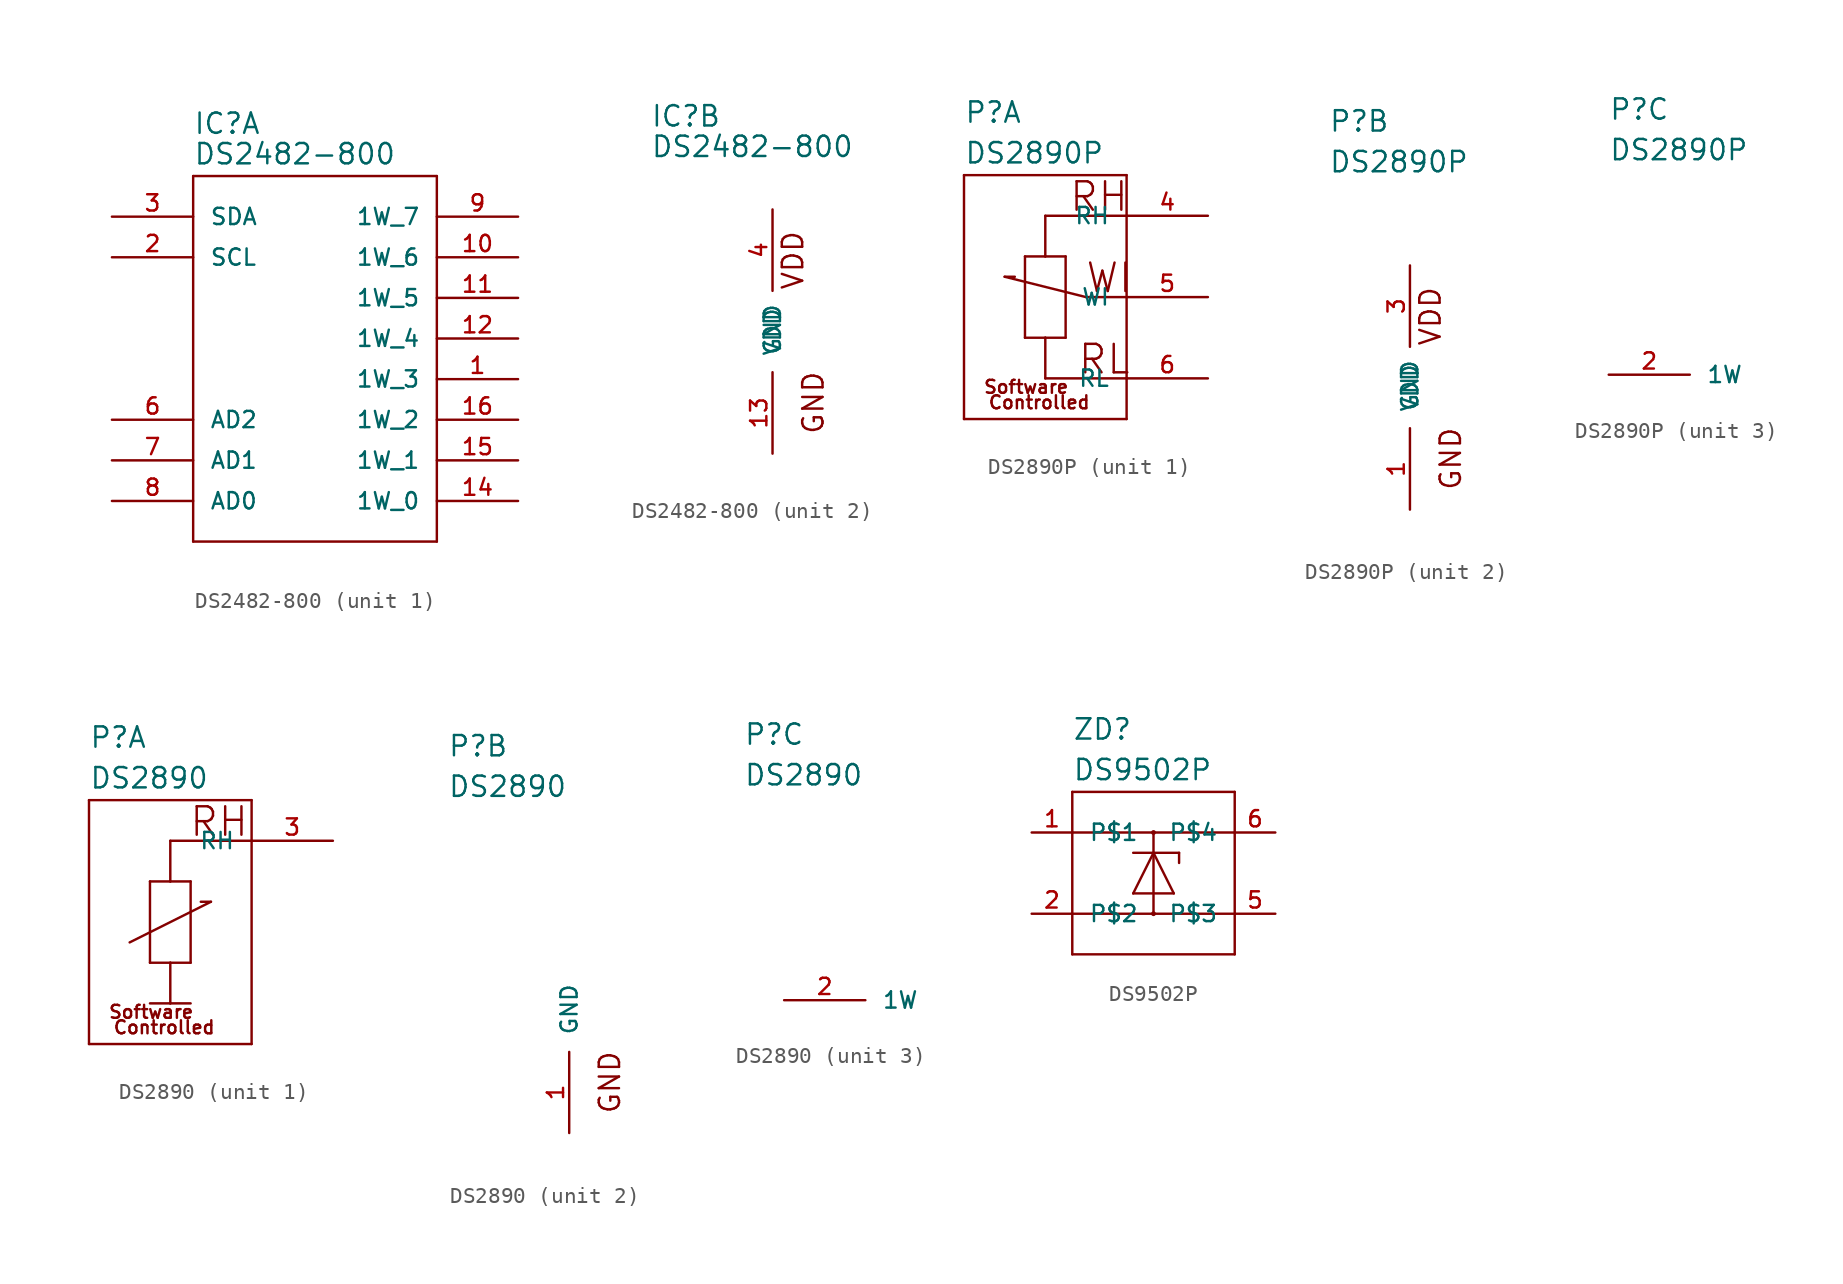
<source format=kicad_sym>
(kicad_symbol_lib
  (version 20220126)
  (generator kicad_symbol_editor)
  (symbol "DS2482-800"
    (pin_names
      (offset 1.016))
    (property "Reference" "IC"
      (at -7.62 12.7 0)
      (effects (font (size 1.27 1.27)) (justify left bottom)))
    (property "Value" "DS2482-800"
      (at -7.62 10.795 0)
      (effects (font (size 1.27 1.27)) (justify left bottom)))
    (property "ki_locked" ""
      (at 0 0 0)
      (effects (font (size 1.27 1.27))))
    (symbol "DS2482-800_1_0"
      (polyline (pts (xy -7.62 -12.7) (xy 7.62 -12.7)) (stroke (width 0) (type default)) (fill (type none)))
      (polyline (pts (xy -7.62 10.16) (xy -7.62 -12.7)) (stroke (width 0) (type default)) (fill (type none)))
      (polyline (pts (xy 7.62 -12.7) (xy 7.62 10.16)) (stroke (width 0) (type default)) (fill (type none)))
      (polyline (pts (xy 7.62 10.16) (xy -7.62 10.16)) (stroke (width 0) (type default)) (fill (type none))))
    (symbol "DS2482-800_1_1"
      (pin open_collector line (at 12.7 -2.54 180) (length 5.08) (name "1W_3" (effects (font (size 1.016 1.016)))) (number "1" (effects (font (size 1.016 1.016)))))
      (pin open_collector line (at 12.7 5.08 180) (length 5.08) (name "1W_6" (effects (font (size 1.016 1.016)))) (number "10" (effects (font (size 1.016 1.016)))))
      (pin open_collector line (at 12.7 2.54 180) (length 5.08) (name "1W_5" (effects (font (size 1.016 1.016)))) (number "11" (effects (font (size 1.016 1.016)))))
      (pin open_collector line (at 12.7 0 180) (length 5.08) (name "1W_4" (effects (font (size 1.016 1.016)))) (number "12" (effects (font (size 1.016 1.016)))))
      (pin open_collector line (at 12.7 -10.16 180) (length 5.08) (name "1W_0" (effects (font (size 1.016 1.016)))) (number "14" (effects (font (size 1.016 1.016)))))
      (pin open_collector line (at 12.7 -7.62 180) (length 5.08) (name "1W_1" (effects (font (size 1.016 1.016)))) (number "15" (effects (font (size 1.016 1.016)))))
      (pin open_collector line (at 12.7 -5.08 180) (length 5.08) (name "1W_2" (effects (font (size 1.016 1.016)))) (number "16" (effects (font (size 1.016 1.016)))))
      (pin input line (at -12.7 5.08 0) (length 5.08) (name "SCL" (effects (font (size 1.016 1.016)))) (number "2" (effects (font (size 1.016 1.016)))))
      (pin bidirectional line (at -12.7 7.62 0) (length 5.08) (name "SDA" (effects (font (size 1.016 1.016)))) (number "3" (effects (font (size 1.016 1.016)))))
      (pin input line (at -12.7 -5.08 0) (length 5.08) (name "AD2" (effects (font (size 1.016 1.016)))) (number "6" (effects (font (size 1.016 1.016)))))
      (pin input line (at -12.7 -7.62 0) (length 5.08) (name "AD1" (effects (font (size 1.016 1.016)))) (number "7" (effects (font (size 1.016 1.016)))))
      (pin input line (at -12.7 -10.16 0) (length 5.08) (name "AD0" (effects (font (size 1.016 1.016)))) (number "8" (effects (font (size 1.016 1.016)))))
      (pin open_collector line (at 12.7 7.62 180) (length 5.08) (name "1W_7" (effects (font (size 1.016 1.016)))) (number "9" (effects (font (size 1.016 1.016))))))
    (symbol "DS2482-800_2_0"
      (text "GND" (at 2.54 -4.445 1) (effects (font (size 1.27 1.27))))
      (text "VDD" (at 1.27 4.445 1) (effects (font (size 1.27 1.27)))))
    (symbol "DS2482-800_2_1"
      (pin power_in line (at 0 -7.62 90) (length 5.08) (name "GND" (effects (font (size 1.016 1.016)))) (number "13" (effects (font (size 1.016 1.016)))))
      (pin power_in line (at 0 7.62 270) (length 5.08) (name "VDD" (effects (font (size 1.016 1.016)))) (number "4" (effects (font (size 1.016 1.016)))))))
  (symbol "DS2890P"
    (pin_names
      (offset 1.016))
    (property "Reference" "P"
      (at -5.08 15.875 0)
      (effects (font (size 1.27 1.27)) (justify left bottom)))
    (property "Value" "DS2890P"
      (at -5.08 13.335 0)
      (effects (font (size 1.27 1.27)) (justify left bottom)))
    (property "ki_locked" ""
      (at 0 0 0)
      (effects (font (size 1.27 1.27))))
    (symbol "DS2890P_1_0"
      (polyline (pts (xy -5.08 -2.54) (xy -5.08 12.7)) (stroke (width 0) (type default)) (fill (type none)))
      (polyline (pts (xy -5.08 12.7) (xy 5.08 12.7)) (stroke (width 0) (type default)) (fill (type none)))
      (polyline (pts (xy -2.54 6.35) (xy -1.905 6.35)) (stroke (width 0) (type default)) (fill (type none)))
      (polyline (pts (xy -1.27 2.54) (xy 0 2.54)) (stroke (width 0) (type default)) (fill (type none)))
      (polyline (pts (xy -1.27 7.62) (xy -1.27 2.54)) (stroke (width 0) (type default)) (fill (type none)))
      (polyline (pts (xy 0 0) (xy 0 2.54)) (stroke (width 0) (type default)) (fill (type none)))
      (polyline (pts (xy 0 2.54) (xy 1.27 2.54)) (stroke (width 0) (type default)) (fill (type none)))
      (polyline (pts (xy 0 7.62) (xy -1.27 7.62)) (stroke (width 0) (type default)) (fill (type none)))
      (polyline (pts (xy 0 7.62) (xy 0 10.16)) (stroke (width 0) (type default)) (fill (type none)))
      (polyline (pts (xy 0 10.16) (xy 5.08 10.16)) (stroke (width 0) (type default)) (fill (type none)))
      (polyline (pts (xy 1.27 2.54) (xy 1.27 7.62)) (stroke (width 0) (type default)) (fill (type none)))
      (polyline (pts (xy 1.27 7.62) (xy 0 7.62)) (stroke (width 0) (type default)) (fill (type none)))
      (polyline (pts (xy 2.54 5.08) (xy -2.54 6.35)) (stroke (width 0) (type default)) (fill (type none)))
      (polyline (pts (xy 5.08 -2.54) (xy -5.08 -2.54)) (stroke (width 0) (type default)) (fill (type none)))
      (polyline (pts (xy 5.08 0) (xy 0 0)) (stroke (width 0) (type default)) (fill (type none)))
      (polyline (pts (xy 5.08 0) (xy 5.08 -2.54)) (stroke (width 0) (type default)) (fill (type none)))
      (polyline (pts (xy 5.08 5.08) (xy 2.54 5.08)) (stroke (width 0) (type default)) (fill (type none)))
      (polyline (pts (xy 5.08 5.08) (xy 5.08 0)) (stroke (width 0) (type default)) (fill (type none)))
      (polyline (pts (xy 5.08 10.16) (xy 5.08 5.08)) (stroke (width 0) (type default)) (fill (type none)))
      (polyline (pts (xy 5.08 12.7) (xy 5.08 10.16)) (stroke (width 0) (type default)) (fill (type none)))
      (text "Controlled" (at -0.381 -1.499 0) (effects (font (size 0.813 0.813))))
      (text "RH" (at 3.353 11.354 0) (effects (font (size 1.778 1.778))))
      (text "RL" (at 3.683 1.194 0) (effects (font (size 1.778 1.778))))
      (text "Software" (at -1.194 -0.533 0) (effects (font (size 0.813 0.813))))
      (text "WI" (at 3.988 6.274 0) (effects (font (size 1.778 1.778)))))
    (symbol "DS2890P_1_1"
      (pin passive line (at 10.16 10.16 180) (length 5.08) (name "RH" (effects (font (size 1.016 1.016)))) (number "4" (effects (font (size 1.016 1.016)))))
      (pin passive line (at 10.16 5.08 180) (length 5.08) (name "WI" (effects (font (size 1.016 1.016)))) (number "5" (effects (font (size 1.016 1.016)))))
      (pin passive line (at 10.16 0 180) (length 5.08) (name "RL" (effects (font (size 1.016 1.016)))) (number "6" (effects (font (size 1.016 1.016))))))
    (symbol "DS2890P_2_0"
      (text "GND" (at 2.54 -4.445 1) (effects (font (size 1.27 1.27))))
      (text "VDD" (at 1.27 4.445 1) (effects (font (size 1.27 1.27)))))
    (symbol "DS2890P_2_1"
      (pin power_in line (at 0 -7.62 90) (length 5.08) (name "GND" (effects (font (size 1.016 1.016)))) (number "1" (effects (font (size 1.016 1.016)))))
      (pin power_in line (at 0 7.62 270) (length 5.08) (name "VDD" (effects (font (size 1.016 1.016)))) (number "3" (effects (font (size 1.016 1.016))))))
    (symbol "DS2890P_3_1"
      (pin power_in line (at -5.08 0 0) (length 5.08) (name "1W" (effects (font (size 1.016 1.016)))) (number "2" (effects (font (size 1.016 1.016)))))))
  (symbol "DS2890"
    (pin_names
      (offset 1.016))
    (property "Reference" "P"
      (at -7.62 15.875 0)
      (effects (font (size 1.27 1.27)) (justify left bottom)))
    (property "Value" "DS2890"
      (at -7.62 13.335 0)
      (effects (font (size 1.27 1.27)) (justify left bottom)))
    (property "ki_locked" ""
      (at 0 0 0)
      (effects (font (size 1.27 1.27))))
    (symbol "DS2890_1_0"
      (polyline (pts (xy -7.62 -2.54) (xy -7.62 12.7)) (stroke (width 0) (type default)) (fill (type none)))
      (polyline (pts (xy -7.62 12.7) (xy 2.54 12.7)) (stroke (width 0) (type default)) (fill (type none)))
      (polyline (pts (xy -5.08 3.81) (xy 0 6.35)) (stroke (width 0) (type default)) (fill (type none)))
      (polyline (pts (xy -3.81 0) (xy -2.54 0)) (stroke (width 0) (type default)) (fill (type none)))
      (polyline (pts (xy -3.81 2.54) (xy -2.54 2.54)) (stroke (width 0) (type default)) (fill (type none)))
      (polyline (pts (xy -3.81 7.62) (xy -3.81 2.54)) (stroke (width 0) (type default)) (fill (type none)))
      (polyline (pts (xy -2.54 0) (xy -2.54 2.54)) (stroke (width 0) (type default)) (fill (type none)))
      (polyline (pts (xy -2.54 0) (xy -1.27 0)) (stroke (width 0) (type default)) (fill (type none)))
      (polyline (pts (xy -2.54 2.54) (xy -1.27 2.54)) (stroke (width 0) (type default)) (fill (type none)))
      (polyline (pts (xy -2.54 7.62) (xy -3.81 7.62)) (stroke (width 0) (type default)) (fill (type none)))
      (polyline (pts (xy -2.54 7.62) (xy -2.54 10.16)) (stroke (width 0) (type default)) (fill (type none)))
      (polyline (pts (xy -2.54 10.16) (xy 2.54 10.16)) (stroke (width 0) (type default)) (fill (type none)))
      (polyline (pts (xy -1.27 2.54) (xy -1.27 7.62)) (stroke (width 0) (type default)) (fill (type none)))
      (polyline (pts (xy -1.27 7.62) (xy -2.54 7.62)) (stroke (width 0) (type default)) (fill (type none)))
      (polyline (pts (xy 0 6.35) (xy -0.635 6.35)) (stroke (width 0) (type default)) (fill (type none)))
      (polyline (pts (xy 2.54 -2.54) (xy -7.62 -2.54)) (stroke (width 0) (type default)) (fill (type none)))
      (polyline (pts (xy 2.54 10.16) (xy 2.54 -2.54)) (stroke (width 0) (type default)) (fill (type none)))
      (polyline (pts (xy 2.54 12.7) (xy 2.54 10.16)) (stroke (width 0) (type default)) (fill (type none)))
      (text "Controlled" (at -2.921 -1.499 0) (effects (font (size 0.813 0.813))))
      (text "RH" (at 0.508 11.354 0) (effects (font (size 1.778 1.778))))
      (text "Software" (at -3.734 -0.533 0) (effects (font (size 0.813 0.813)))))
    (symbol "DS2890_1_1"
      (pin passive line (at 7.62 10.16 180) (length 5.08) (name "RH" (effects (font (size 1.016 1.016)))) (number "3" (effects (font (size 1.016 1.016))))))
    (symbol "DS2890_2_0"
      (text "GND" (at 2.54 -4.445 1) (effects (font (size 1.27 1.27)))))
    (symbol "DS2890_2_1"
      (pin power_in line (at 0 -7.62 90) (length 5.08) (name "GND" (effects (font (size 1.016 1.016)))) (number "1" (effects (font (size 1.016 1.016))))))
    (symbol "DS2890_3_1"
      (pin power_in line (at -5.08 0 0) (length 5.08) (name "1W" (effects (font (size 1.016 1.016)))) (number "2" (effects (font (size 1.016 1.016)))))))
  (symbol "DS9502P"
    (pin_names
      (offset 1.016))
    (property "Reference" "ZD"
      (at -10.16 8.255 0)
      (effects (font (size 1.27 1.27)) (justify left bottom)))
    (property "Value" "DS9502P"
      (at -10.16 5.715 0)
      (effects (font (size 1.27 1.27)) (justify left bottom)))
    (property "ki_locked" ""
      (at 0 0 0)
      (effects (font (size 1.27 1.27))))
    (symbol "DS9502P_1_0"
      (polyline (pts (xy -10.16 -5.08) (xy -10.16 -2.54)) (stroke (width 0) (type default)) (fill (type none)))
      (polyline (pts (xy -10.16 -2.54) (xy -10.16 2.54)) (stroke (width 0) (type default)) (fill (type none)))
      (polyline (pts (xy -10.16 2.54) (xy -10.16 5.08)) (stroke (width 0) (type default)) (fill (type none)))
      (polyline (pts (xy -10.16 2.54) (xy -5.08 2.54)) (stroke (width 0) (type default)) (fill (type none)))
      (polyline (pts (xy -10.16 5.08) (xy 0 5.08)) (stroke (width 0) (type default)) (fill (type none)))
      (polyline (pts (xy -6.35 -1.27) (xy -3.81 -1.27)) (stroke (width 0) (type default)) (fill (type none)))
      (polyline (pts (xy -6.35 1.27) (xy -5.08 1.27)) (stroke (width 0) (type default)) (fill (type none)))
      (polyline (pts (xy -5.08 -2.54) (xy -10.16 -2.54)) (stroke (width 0) (type default)) (fill (type none)))
      (polyline (pts (xy -5.08 1.27) (xy -6.35 -1.27)) (stroke (width 0) (type default)) (fill (type none)))
      (polyline (pts (xy -5.08 1.27) (xy -5.08 -2.54)) (stroke (width 0) (type default)) (fill (type none)))
      (polyline (pts (xy -5.08 1.27) (xy -3.48 1.27)) (stroke (width 0) (type default)) (fill (type none)))
      (polyline (pts (xy -5.08 2.54) (xy -5.08 1.27)) (stroke (width 0) (type default)) (fill (type none)))
      (polyline (pts (xy -5.08 2.54) (xy 0 2.54)) (stroke (width 0) (type default)) (fill (type none)))
      (polyline (pts (xy -3.81 -1.27) (xy -5.08 1.27)) (stroke (width 0) (type default)) (fill (type none)))
      (polyline (pts (xy -3.48 1.27) (xy -3.48 0.635)) (stroke (width 0) (type default)) (fill (type none)))
      (polyline (pts (xy 0 -5.08) (xy -10.16 -5.08)) (stroke (width 0) (type default)) (fill (type none)))
      (polyline (pts (xy 0 -2.54) (xy -5.08 -2.54)) (stroke (width 0) (type default)) (fill (type none)))
      (polyline (pts (xy 0 -2.54) (xy 0 -5.08)) (stroke (width 0) (type default)) (fill (type none)))
      (polyline (pts (xy 0 2.54) (xy 0 -2.54)) (stroke (width 0) (type default)) (fill (type none)))
      (polyline (pts (xy 0 5.08) (xy 0 2.54)) (stroke (width 0) (type default)) (fill (type none))))
    (symbol "DS9502P_1_1"
      (circle (center -5.08 -2.54) (radius 0.076) (stroke (width 0) (type default)) (fill (type outline)))
      (circle (center -5.08 2.54) (radius 0.076) (stroke (width 0) (type default)) (fill (type outline)))
      (pin passive line (at -12.7 2.54 0) (length 2.54) (name "P$1" (effects (font (size 1.016 1.016)))) (number "1" (effects (font (size 1.016 1.016)))))
      (pin passive line (at -12.7 -2.54 0) (length 2.54) (name "P$2" (effects (font (size 1.016 1.016)))) (number "2" (effects (font (size 1.016 1.016)))))
      (pin passive line (at 2.54 -2.54 180) (length 2.54) (name "P$3" (effects (font (size 1.016 1.016)))) (number "5" (effects (font (size 1.016 1.016)))))
      (pin passive line (at 2.54 2.54 180) (length 2.54) (name "P$4" (effects (font (size 1.016 1.016)))) (number "6" (effects (font (size 1.016 1.016))))))))
</source>
